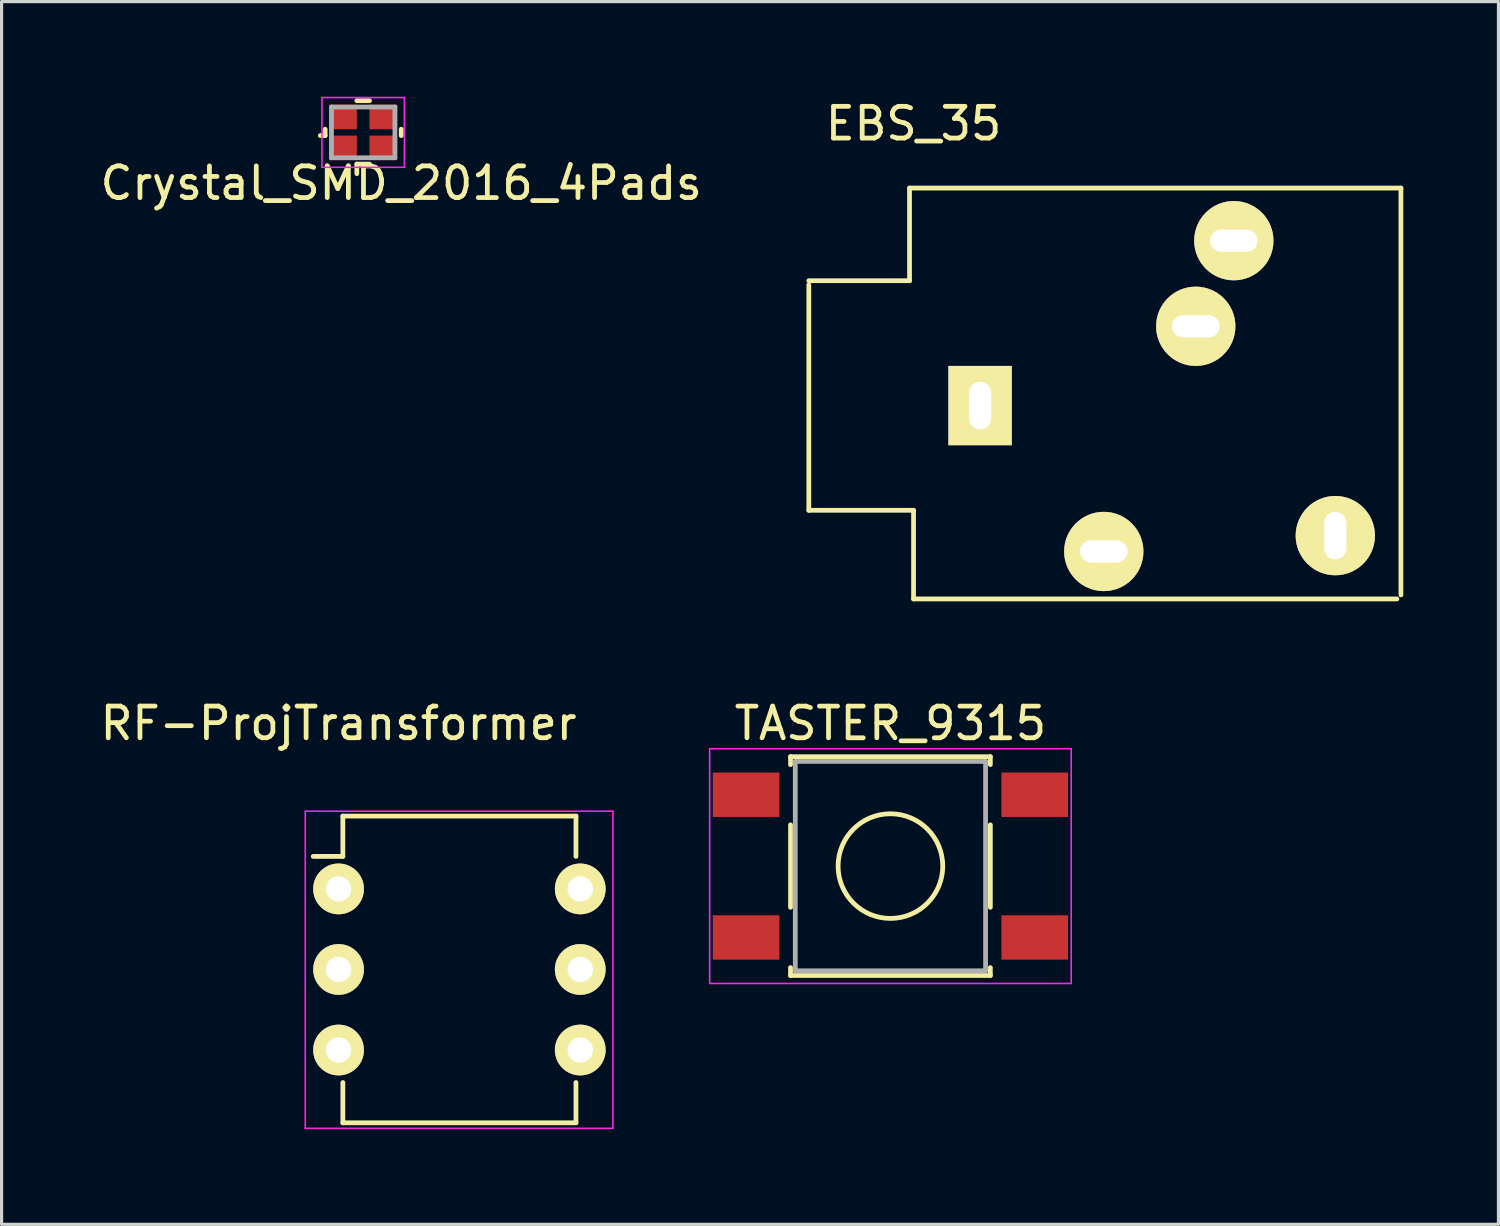
<source format=kicad_pcb>
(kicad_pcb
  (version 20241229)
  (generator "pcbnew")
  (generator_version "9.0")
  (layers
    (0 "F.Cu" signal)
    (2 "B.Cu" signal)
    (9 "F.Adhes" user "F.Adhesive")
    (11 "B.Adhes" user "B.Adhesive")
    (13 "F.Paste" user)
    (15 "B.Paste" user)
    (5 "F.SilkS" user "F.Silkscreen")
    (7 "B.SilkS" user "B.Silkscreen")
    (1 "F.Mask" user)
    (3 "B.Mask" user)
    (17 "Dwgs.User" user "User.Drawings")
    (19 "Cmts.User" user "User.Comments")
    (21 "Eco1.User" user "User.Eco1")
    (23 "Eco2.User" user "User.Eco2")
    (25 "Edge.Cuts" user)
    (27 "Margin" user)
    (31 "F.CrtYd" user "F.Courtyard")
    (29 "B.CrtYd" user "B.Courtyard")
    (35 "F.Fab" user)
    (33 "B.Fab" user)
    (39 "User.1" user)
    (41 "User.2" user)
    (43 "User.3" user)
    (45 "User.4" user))
  (footprint "RF-ProjTransformer"
    (layer "F.Cu")
    (at 7.625 24.977)
    (property "Reference" "RF-ProjTransformer" (at 0 -5.22 0) (layer "F.SilkS") (effects (font (size 1 1) (thickness 0.15))))
    (attr through_hole)
    (fp_line (start 0.135 -2.295) (end 0.135 -1.025) (stroke (width 0.15) (type solid)) (layer "F.SilkS"))
    (fp_line (start 0.135 -2.295) (end 7.485 -2.295) (stroke (width 0.15) (type solid)) (layer "F.SilkS"))
    (fp_line (start 0.135 -1.025) (end -0.8 -1.025) (stroke (width 0.15) (type solid)) (layer "F.SilkS"))
    (fp_line (start 0.135 7.375) (end 0.135 6.105) (stroke (width 0.15) (type solid)) (layer "F.SilkS"))
    (fp_line (start 0.135 7.375) (end 7.485 7.375) (stroke (width 0.15) (type solid)) (layer "F.SilkS"))
    (fp_line (start 7.485 -2.295) (end 7.485 -1.025) (stroke (width 0.15) (type solid)) (layer "F.SilkS"))
    (fp_line (start 7.485 7.375) (end 7.485 6.105) (stroke (width 0.15) (type solid)) (layer "F.SilkS"))
    (fp_line (start -1.05 -2.45) (end -1.05 7.55) (stroke (width 0.05) (type solid)) (layer "F.CrtYd"))
    (fp_line (start -1.05 -2.45) (end 8.65 -2.45) (stroke (width 0.05) (type solid)) (layer "F.CrtYd"))
    (fp_line (start -1.05 7.55) (end 8.65 7.55) (stroke (width 0.05) (type solid)) (layer "F.CrtYd"))
    (fp_line (start 8.65 -2.45) (end 8.65 7.55) (stroke (width 0.05) (type solid)) (layer "F.CrtYd"))
    (pad "" thru_hole oval (at 0 2.54) (size 1.6 1.6) (drill 0.8) (layers "*.Cu" "*.Mask" "F.SilkS"))
    (pad "" thru_hole oval (at 7.62 2.54) (size 1.6 1.6) (drill 0.8) (layers "*.Cu" "*.Mask" "F.SilkS"))
    (pad "1" thru_hole oval (at 0 0) (size 1.6 1.6) (drill 0.8) (layers "*.Cu" "*.Mask" "F.SilkS"))
    (pad "2" thru_hole oval (at 0 5.08) (size 1.6 1.6) (drill 0.8) (layers "*.Cu" "*.Mask" "F.SilkS"))
    (pad "3" thru_hole oval (at 7.62 5.08) (size 1.6 1.6) (drill 0.8) (layers "*.Cu" "*.Mask" "F.SilkS"))
    (pad "4" thru_hole oval (at 7.62 0) (size 1.6 1.6) (drill 0.8) (layers "*.Cu" "*.Mask" "F.SilkS")))
  (footprint "TASTER_9315"
    (layer "F.Cu")
    (at 25.025 24.258)
    (property "Reference" "TASTER_9315" (at 0 -4.5 0) (layer "F.SilkS") (effects (font (size 1 1) (thickness 0.15))))
    (attr smd)
    (fp_line (start -3.15 -3.45) (end 3.15 -3.45) (stroke (width 0.15) (type solid)) (layer "F.SilkS"))
    (fp_line (start -3.15 -3.2) (end -3.15 -3.45) (stroke (width 0.15) (type solid)) (layer "F.SilkS"))
    (fp_line (start -3.15 1.3) (end -3.15 -1.3) (stroke (width 0.15) (type solid)) (layer "F.SilkS"))
    (fp_line (start -3.15 3.45) (end -3.15 3.2) (stroke (width 0.15) (type solid)) (layer "F.SilkS"))
    (fp_line (start 3.15 -3.45) (end 3.15 -3.2) (stroke (width 0.15) (type solid)) (layer "F.SilkS"))
    (fp_line (start 3.15 -1.3) (end 3.15 1.3) (stroke (width 0.15) (type solid)) (layer "F.SilkS"))
    (fp_line (start 3.15 3.2) (end 3.15 3.45) (stroke (width 0.15) (type solid)) (layer "F.SilkS"))
    (fp_line (start 3.15 3.45) (end -3.15 3.45) (stroke (width 0.15) (type solid)) (layer "F.SilkS"))
    (fp_circle (center 0 0) (end 1.65 0) (stroke (width 0.15) (type solid)) (fill no) (layer "F.SilkS"))
    (fp_line (start -5.7 -3.7) (end -5.7 3.7) (stroke (width 0.05) (type solid)) (layer "F.CrtYd"))
    (fp_line (start -5.7 3.7) (end 5.7 3.7) (stroke (width 0.05) (type solid)) (layer "F.CrtYd"))
    (fp_line (start 5.7 -3.7) (end -5.7 -3.7) (stroke (width 0.05) (type solid)) (layer "F.CrtYd"))
    (fp_line (start 5.7 3.7) (end 5.7 -3.7) (stroke (width 0.05) (type solid)) (layer "F.CrtYd"))
    (fp_line (start -3 -3.3) (end 3 -3.3) (stroke (width 0.15) (type solid)) (layer "F.Fab"))
    (fp_line (start -3 3.3) (end -3 -3.3) (stroke (width 0.15) (type solid)) (layer "F.Fab"))
    (fp_line (start 3 -3.3) (end 3 3.3) (stroke (width 0.15) (type solid)) (layer "F.Fab"))
    (fp_line (start 3 3.3) (end -3 3.3) (stroke (width 0.15) (type solid)) (layer "F.Fab"))
    (pad "1" smd rect (at -4.55 -2.25) (size 2.1 1.4) (layers "F.Cu" "F.Mask" "F.Paste"))
    (pad "1" smd rect (at 4.55 -2.25) (size 2.1 1.4) (layers "F.Cu" "F.Mask" "F.Paste"))
    (pad "2" smd rect (at -4.55 2.25) (size 2.1 1.4) (layers "F.Cu" "F.Mask" "F.Paste"))
    (pad "2" smd rect (at 4.55 2.25) (size 2.1 1.4) (layers "F.Cu" "F.Mask" "F.Paste")))
  (footprint "EBS_35"
    (layer "F.Cu")
    (at 22.452 9.738)
    (property "Reference" "EBS_35" (at 3.302 -8.89 0) (layer "F.SilkS") (effects (font (size 1 1) (thickness 0.15))))
    (attr through_hole)
    (fp_line (start 0 3.302) (end 0 -3.81) (stroke (width 0.15) (type solid)) (layer "F.SilkS"))
    (fp_line (start 3.175 -6.858) (end 3.175 -3.937) (stroke (width 0.15) (type solid)) (layer "F.SilkS"))
    (fp_line (start 3.175 -3.937) (end 0 -3.937) (stroke (width 0.15) (type solid)) (layer "F.SilkS"))
    (fp_line (start 3.302 3.302) (end 0 3.302) (stroke (width 0.15) (type solid)) (layer "F.SilkS"))
    (fp_line (start 3.302 6.096) (end 3.302 3.302) (stroke (width 0.15) (type solid)) (layer "F.SilkS"))
    (fp_line (start 18.542 6.096) (end 3.302 6.096) (stroke (width 0.15) (type solid)) (layer "F.SilkS"))
    (fp_line (start 18.669 -6.858) (end 3.175 -6.858) (stroke (width 0.15) (type solid)) (layer "F.SilkS"))
    (fp_line (start 18.669 5.969) (end 18.669 -6.858) (stroke (width 0.15) (type solid)) (layer "F.SilkS"))
    (pad "1" thru_hole rect (at 5.4 0) (size 2 2.5) (drill oval 0.7 1.5) (layers "*.Cu" "*.Mask" "F.SilkS"))
    (pad "2" thru_hole circle (at 13.4 -5.2) (size 2.5 2.5) (drill oval 1.5 0.7) (layers "*.Cu" "*.Mask" "F.SilkS"))
    (pad "3" thru_hole circle (at 9.3 4.6) (size 2.5 2.5) (drill oval 1.5 0.7) (layers "*.Cu" "*.Mask" "F.SilkS"))
    (pad "4" thru_hole circle (at 12.2 -2.5) (size 2.5 2.5) (drill oval 1.5 0.7) (layers "*.Cu" "*.Mask" "F.SilkS"))
    (pad "5" thru_hole circle (at 16.6 4.1) (size 2.5 2.5) (drill oval 0.7 1.5) (layers "*.Cu" "*.Mask" "F.SilkS")))
  (footprint "Crystal_SMD_2016_4Pads"
    (layer "F.Cu")
    (at 8.401 1.125)
    (property "Reference" "Crystal_SMD_2016_4Pads" (at 1.2 1.6 0) (layer "F.SilkS") (effects (font (size 1 1) (thickness 0.15))))
    (attr smd)
    (fp_line (start -1.2 0.1) (end -1.35 0.1) (stroke (width 0.15) (type solid)) (layer "F.SilkS"))
    (fp_line (start -1.2 0.1) (end -1.2 -0.1) (stroke (width 0.15) (type solid)) (layer "F.SilkS"))
    (fp_line (start -0.2 -1) (end 0.2 -1) (stroke (width 0.15) (type solid)) (layer "F.SilkS"))
    (fp_line (start -0.2 1) (end -0.2 1.3) (stroke (width 0.15) (type solid)) (layer "F.SilkS"))
    (fp_line (start 0.2 1) (end -0.2 1) (stroke (width 0.15) (type solid)) (layer "F.SilkS"))
    (fp_line (start 1.2 0.1) (end 1.2 -0.1) (stroke (width 0.15) (type solid)) (layer "F.SilkS"))
    (fp_line (start -1.3 -1.1) (end -1.3 1.1) (stroke (width 0.05) (type solid)) (layer "F.CrtYd"))
    (fp_line (start -1.3 1.1) (end 1.3 1.1) (stroke (width 0.05) (type solid)) (layer "F.CrtYd"))
    (fp_line (start 1.3 -1.1) (end -1.3 -1.1) (stroke (width 0.05) (type solid)) (layer "F.CrtYd"))
    (fp_line (start 1.3 1.1) (end 1.3 -1.1) (stroke (width 0.05) (type solid)) (layer "F.CrtYd"))
    (fp_line (start -1 -0.8) (end -1 0.8) (stroke (width 0.15) (type solid)) (layer "F.Fab"))
    (fp_line (start -1 0.8) (end 1 0.8) (stroke (width 0.15) (type solid)) (layer "F.Fab"))
    (fp_line (start 1 -0.8) (end -1 -0.8) (stroke (width 0.15) (type solid)) (layer "F.Fab"))
    (fp_line (start 1 0.8) (end 1 -0.8) (stroke (width 0.15) (type solid)) (layer "F.Fab"))
    (pad "1" smd rect (at -0.637 0.487) (size 0.875 0.775) (layers "F.Cu" "F.Mask" "F.Paste"))
    (pad "2" smd rect (at 0.637 -0.487) (size 0.875 0.775) (layers "F.Cu" "F.Mask" "F.Paste"))
    (pad "3" smd rect (at -0.637 -0.487) (size 0.875 0.775) (layers "F.Cu" "F.Mask" "F.Paste"))
    (pad "3" smd rect (at 0.637 0.487) (size 0.875 0.775) (layers "F.Cu" "F.Mask" "F.Paste")))
  (gr_rect
    (start -3 -3)
    (end 44.196 35.553)
    (stroke (width 0.1) (type default))
    (fill no)
    (layer "Edge.Cuts")))
</source>
